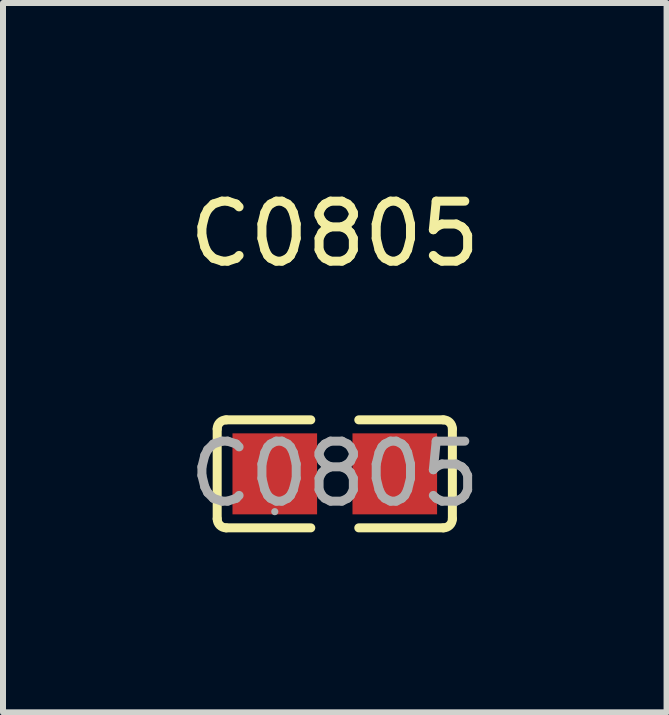
<source format=kicad_pcb>
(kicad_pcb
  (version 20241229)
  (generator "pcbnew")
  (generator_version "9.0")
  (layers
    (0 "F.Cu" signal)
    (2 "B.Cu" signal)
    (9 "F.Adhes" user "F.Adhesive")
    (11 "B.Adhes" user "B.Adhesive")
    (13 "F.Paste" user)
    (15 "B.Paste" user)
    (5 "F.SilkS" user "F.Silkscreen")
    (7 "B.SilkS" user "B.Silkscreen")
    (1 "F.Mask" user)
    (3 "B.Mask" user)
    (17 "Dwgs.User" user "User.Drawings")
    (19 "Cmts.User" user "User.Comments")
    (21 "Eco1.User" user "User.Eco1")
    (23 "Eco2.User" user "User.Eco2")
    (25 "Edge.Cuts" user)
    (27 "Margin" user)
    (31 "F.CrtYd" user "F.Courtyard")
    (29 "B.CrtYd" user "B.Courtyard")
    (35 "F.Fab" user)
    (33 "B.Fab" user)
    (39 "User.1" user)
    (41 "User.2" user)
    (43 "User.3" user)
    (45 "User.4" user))
  (footprint "C0805"
    (layer "F.Cu")
    (at 2.53 4.848)
    (property "Reference" "C0805" (at 0 -4 0) (layer "F.SilkS") (effects (font (size 1 1) (thickness 0.15))))
    (attr through_hole)
    (fp_line (start -1.96 0.75) (end -1.96 -0.75) (stroke (width 0.15) (type solid)) (layer "F.SilkS"))
    (fp_line (start -1.81 -0.9) (end -0.4 -0.9) (stroke (width 0.15) (type solid)) (layer "F.SilkS"))
    (fp_line (start -0.4 0.9) (end -1.81 0.9) (stroke (width 0.15) (type solid)) (layer "F.SilkS"))
    (fp_line (start 0.4 0.9) (end 1.81 0.9) (stroke (width 0.15) (type solid)) (layer "F.SilkS"))
    (fp_line (start 1.81 -0.9) (end 0.4 -0.9) (stroke (width 0.15) (type solid)) (layer "F.SilkS"))
    (fp_line (start 1.96 0.75) (end 1.96 -0.75) (stroke (width 0.15) (type solid)) (layer "F.SilkS"))
    (fp_arc (start -1.96 -0.75) (mid -1.916066 -0.856066) (end -1.81 -0.9) (stroke (width 0.15) (type solid)) (layer "F.SilkS"))
    (fp_arc (start -1.81 0.9) (mid -1.916066 0.856066) (end -1.96 0.75) (stroke (width 0.15) (type solid)) (layer "F.SilkS"))
    (fp_arc (start 1.81 -0.9) (mid 1.916066 -0.856066) (end 1.96 -0.75) (stroke (width 0.15) (type solid)) (layer "F.SilkS"))
    (fp_arc (start 1.96 0.75) (mid 1.916066 0.856066) (end 1.81 0.9) (stroke (width 0.15) (type solid)) (layer "F.SilkS"))
    (fp_circle (center -1 0.63) (end -0.97 0.63) (stroke (width 0.06) (type solid)) (fill no) (layer "F.Fab"))
    (fp_text user "${REFERENCE}" (at 0 0 0) (layer "F.Fab") (effects (font (size 1 1) (thickness 0.15))))
    (pad "1" smd rect (at -1 0) (size 1.41 1.35) (layers "F.Cu" "F.Mask" "F.Paste"))
    (pad "2" smd rect (at 1 0) (size 1.41 1.35) (layers "F.Cu" "F.Mask" "F.Paste")))
  (gr_rect
    (start -3 -3)
    (end 8.06 8.823)
    (stroke (width 0.1) (type default))
    (fill no)
    (layer "Edge.Cuts")))
</source>
